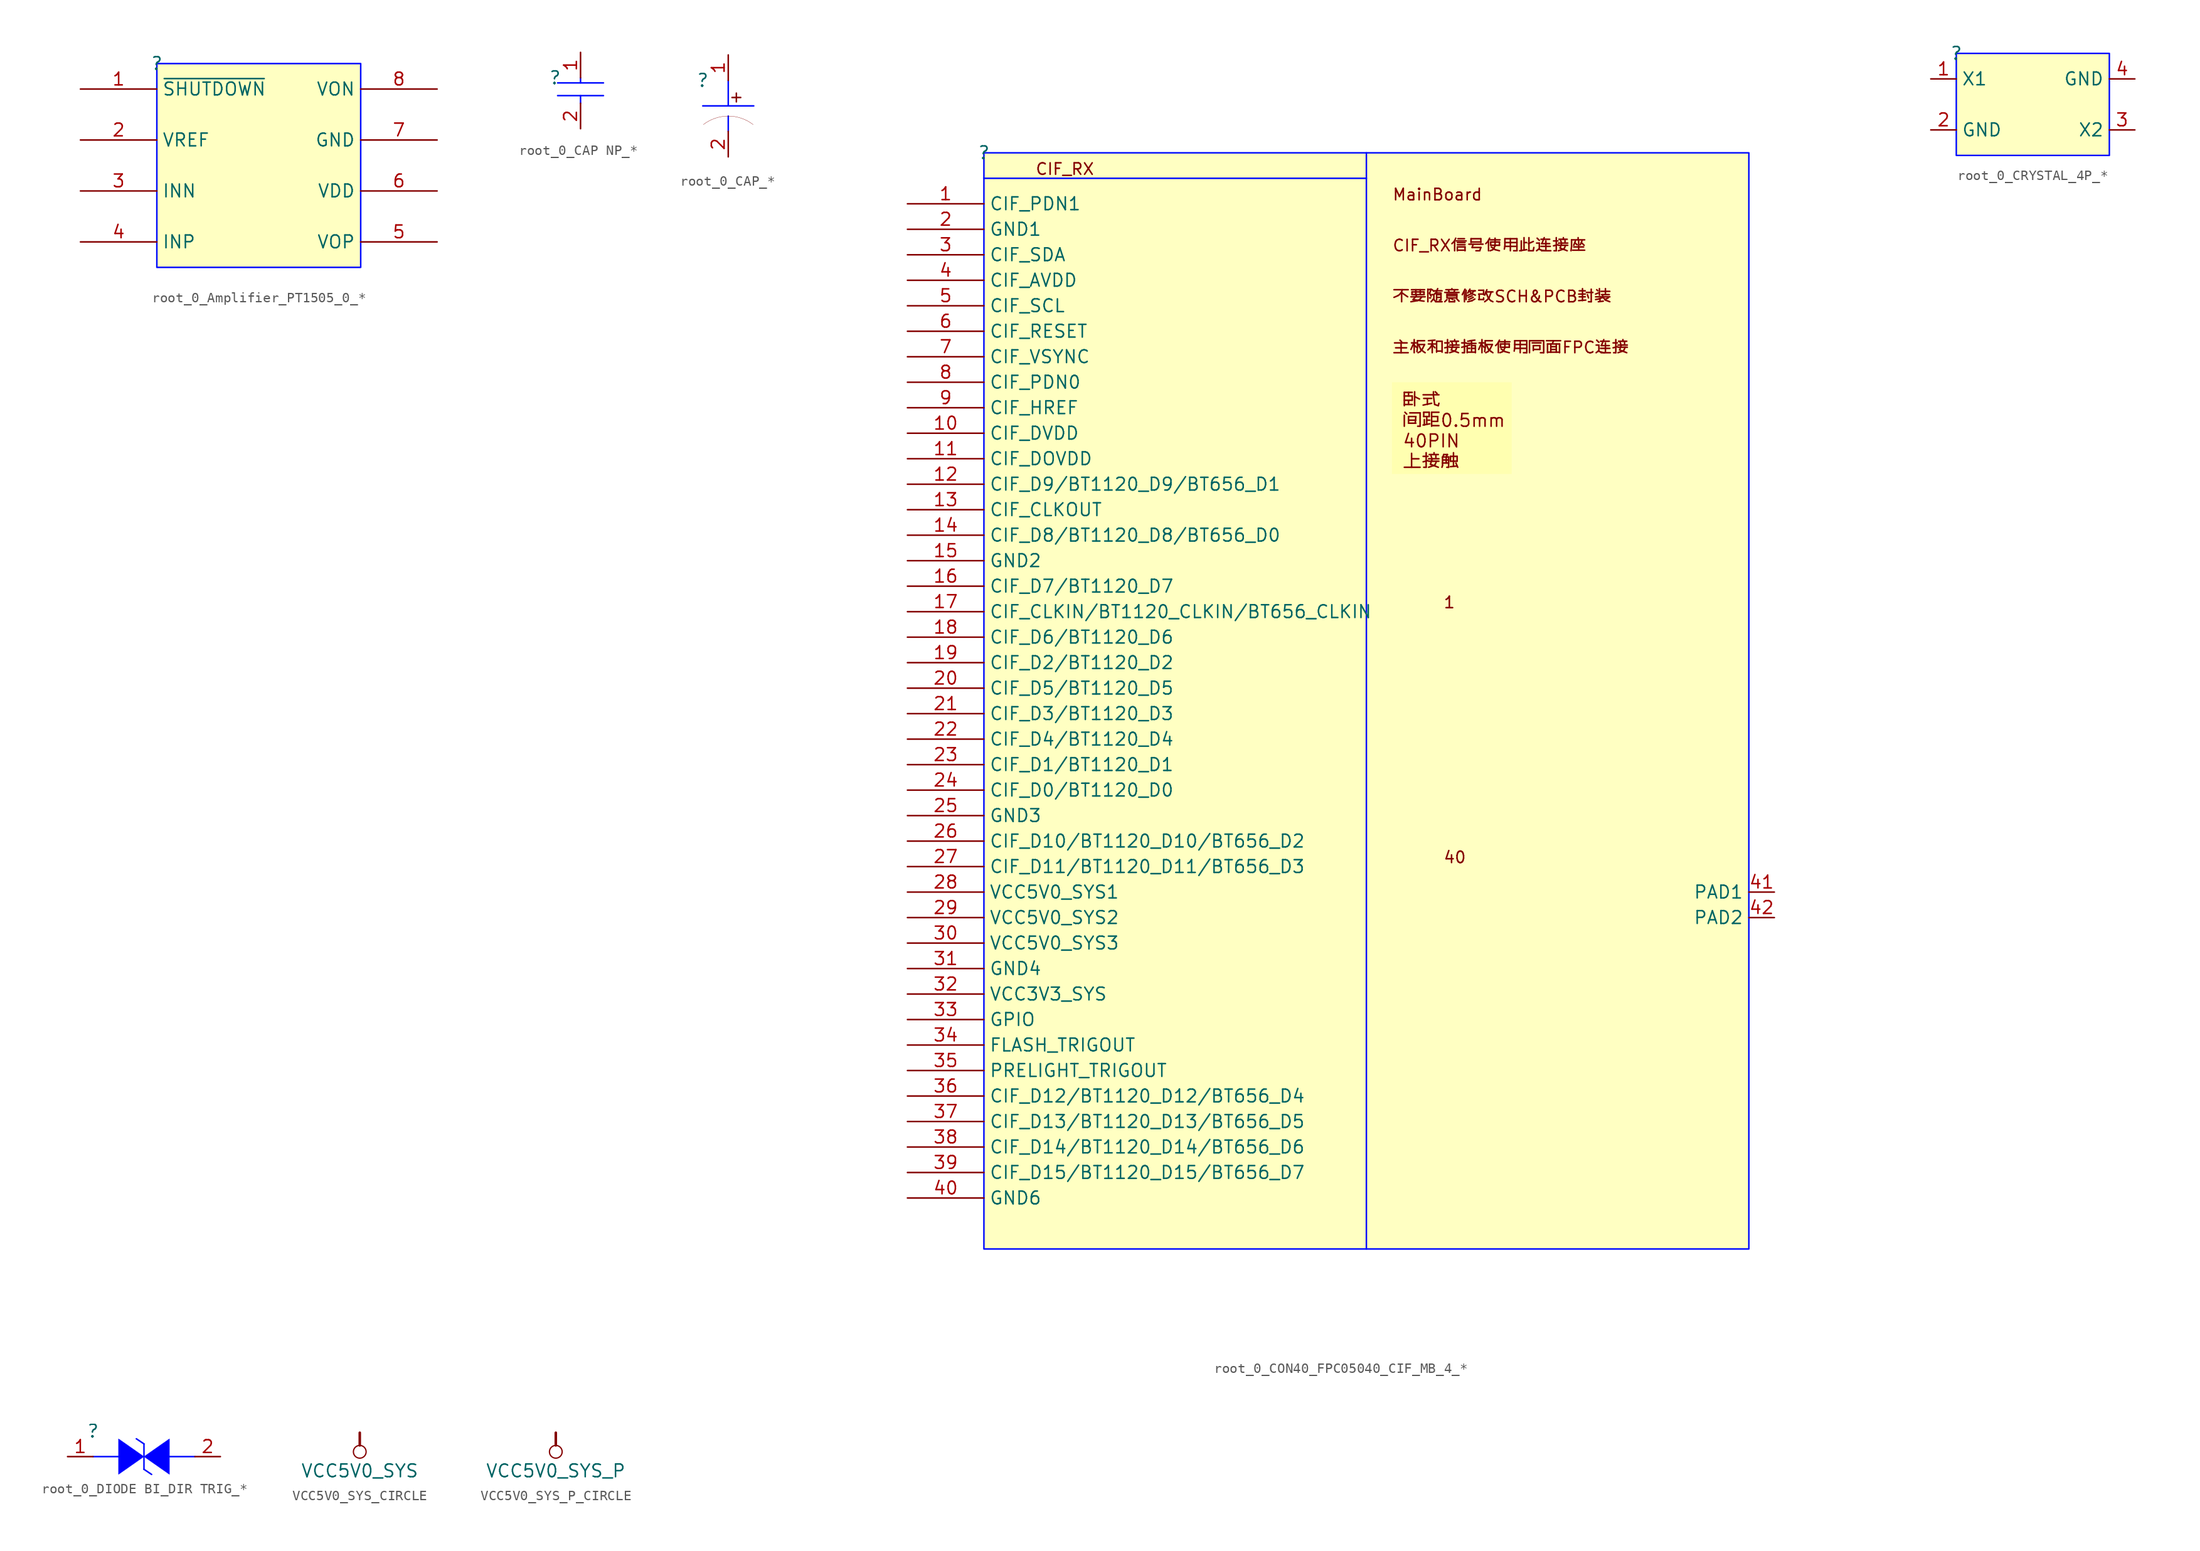
<source format=kicad_sym>
(kicad_symbol_lib
  (version 20241209)
  (generator "kicad_symbol_editor")
  (generator_version "9.0")
  (symbol "root_0_Amplifier_PT1505_0_*"
    (property "Reference" ""
      (at 0 0 0)
      (effects (font (size 1.27 1.27))))
    (property "Value" ""
      (at 0 0 0)
      (effects (font (size 1.27 1.27))))
    (symbol "root_0_Amplifier_PT1505_0_*_1_0"
      (rectangle (start 20.32 0) (end 0 -20.32) (stroke (width 0) (type solid) (color 0 11 255 1)) (fill (type background)))
      (pin passive line (at -7.62 -2.54 0) (length 7.62) (name "~{SHUTDOWN}" (effects (font (size 1.27 1.27)))) (number "1" (effects (font (size 1.27 1.27)))))
      (pin passive line (at -7.62 -7.62 0) (length 7.62) (name "VREF" (effects (font (size 1.27 1.27)))) (number "2" (effects (font (size 1.27 1.27)))))
      (pin passive line (at -7.62 -12.7 0) (length 7.62) (name "INN" (effects (font (size 1.27 1.27)))) (number "3" (effects (font (size 1.27 1.27)))))
      (pin passive line (at -7.62 -17.78 0) (length 7.62) (name "INP" (effects (font (size 1.27 1.27)))) (number "4" (effects (font (size 1.27 1.27)))))
      (pin passive line (at 27.94 -2.54 180) (length 7.62) (name "VON" (effects (font (size 1.27 1.27)))) (number "8" (effects (font (size 1.27 1.27)))))
      (pin passive line (at 27.94 -7.62 180) (length 7.62) (name "GND" (effects (font (size 1.27 1.27)))) (number "7" (effects (font (size 1.27 1.27)))))
      (pin passive line (at 27.94 -12.7 180) (length 7.62) (name "VDD" (effects (font (size 1.27 1.27)))) (number "6" (effects (font (size 1.27 1.27)))))
      (pin passive line (at 27.94 -17.78 180) (length 7.62) (name "VOP" (effects (font (size 1.27 1.27)))) (number "5" (effects (font (size 1.27 1.27)))))))
  (symbol "root_0_CAP NP_*"
    (pin_names
      (hide yes))
    (property "Reference" ""
      (at 0 0 0)
      (effects (font (size 1.27 1.27))))
    (property "Value" ""
      (at 0 0 0)
      (effects (font (size 1.27 1.27))))
    (symbol "root_0_CAP NP_*_1_0"
      (polyline (pts (xy 0.254 -0.508) (xy 4.826 -0.508)) (stroke (width 0) (type solid) (color 0 11 255 1)) (fill (type none)))
      (polyline (pts (xy 0.254 -1.778) (xy 4.826 -1.778)) (stroke (width 0) (type solid) (color 0 11 255 1)) (fill (type none)))
      (polyline (pts (xy 2.54 0) (xy 2.54 -0.508)) (stroke (width 0) (type solid) (color 0 11 255 1)) (fill (type none)))
      (polyline (pts (xy 2.54 -2.54) (xy 2.54 -1.778)) (stroke (width 0) (type solid) (color 0 11 255 1)) (fill (type none)))
      (pin passive line (at 2.54 2.54 270) (length 2.54) (name "1" (effects (font (size 1.27 1.27)))) (number "1" (effects (font (size 1.27 1.27)))))
      (pin passive line (at 2.54 -5.08 90) (length 2.54) (name "2" (effects (font (size 1.27 1.27)))) (number "2" (effects (font (size 1.27 1.27)))))))
  (symbol "root_0_CAP_*"
    (pin_names
      (hide yes))
    (property "Reference" ""
      (at 0 0 0)
      (effects (font (size 1.27 1.27))))
    (property "Value" ""
      (at 0 0 0)
      (effects (font (size 1.27 1.27))))
    (symbol "root_0_CAP_*_1_0"
      (polyline (pts (xy 0 -2.54) (xy 5.08 -2.54)) (stroke (width 0) (type solid) (color 0 11 255 1)) (fill (type none)))
      (polyline (pts (xy 2.54 -2.54) (xy 2.54 0)) (stroke (width 0) (type solid) (color 0 11 255 1)) (fill (type none)))
      (polyline (pts (xy 2.54 -3.556) (xy 2.54 -5.08)) (stroke (width 0) (type solid) (color 0 11 255 1)) (fill (type none)))
      (arc (start 0.0621 -4.3988) (mid 1.2313 -3.7725) (end 2.54 -3.556) (stroke (width 0.0254) (type solid)) (fill (type none)))
      (arc (start 2.54 -3.556) (mid 3.8487 -3.7725) (end 5.0179 -4.3988) (stroke (width 0.0254) (type solid)) (fill (type none)))
      (text "+" (at 2.54 -2.286 0) (effects (font (size 1.143 1.143)) (justify left bottom)))
      (pin passive line (at 2.54 2.54 270) (length 2.54) (name "1" (effects (font (size 1.27 1.27)))) (number "1" (effects (font (size 1.27 1.27)))))
      (pin passive line (at 2.54 -7.62 90) (length 2.54) (name "2" (effects (font (size 1.27 1.27)))) (number "2" (effects (font (size 1.27 1.27)))))))
  (symbol "root_0_CON40_FPC05040_CIF_MB_4_*"
    (property "Reference" ""
      (at 0 0 0)
      (effects (font (size 1.27 1.27))))
    (property "Value" ""
      (at 0 0 0)
      (effects (font (size 1.27 1.27))))
    (symbol "root_0_CON40_FPC05040_CIF_MB_4_*_1_0"
      (polyline (pts (xy 0 -2.54) (xy 38.1 -2.54)) (stroke (width 0) (type solid) (color 0 11 255 1)) (fill (type none)))
      (polyline (pts (xy 38.1 0) (xy 38.1 -109.22)) (stroke (width 0) (type solid) (color 0 11 255 1)) (fill (type none)))
      (rectangle (start 76.2 0) (end 0 -109.22) (stroke (width 0) (type solid) (color 0 11 255 1)) (fill (type background)))
      (text "CIF_RX" (at 5.08 -2.286 0) (effects (font (size 1.143 1.143)) (justify left bottom)))
      (text "MainBoard" (at 40.64 -4.826 0) (effects (font (size 1.143 1.143)) (justify left bottom)))
      (text "CIF_RX信号使用此连接座" (at 40.64 -9.906 0) (effects (font (size 1.143 1.143)) (justify left bottom)))
      (text "不要随意修改SCH&PCB封装" (at 40.64 -14.986 0) (effects (font (size 1.143 1.143)) (justify left bottom)))
      (text "主板和接插板使用同面FPC连接" (at 40.64 -20.066 0) (effects (font (size 1.143 1.143)) (justify left bottom)))
      (text "1" (at 45.72 -45.466 0) (effects (font (size 1.143 1.143)) (justify left bottom)))
      (text "40" (at 45.72 -70.866 0) (effects (font (size 1.143 1.143)) (justify left bottom)))
      (text_box "卧式\n间距0.5mm\n40PIN\n上接触" (at 52.578 -22.86 0) (size -11.938 -9.144) (margins 1.016 1.016 1.016 1.016) (stroke (width -0.0001) (type default)) (fill (type color) (color 255 255 176 1)) (effects (font (size 1.27 1.27)) (justify left top)))
      (pin passive line (at -7.62 -5.08 0) (length 7.62) (name "CIF_PDN1" (effects (font (size 1.27 1.27)))) (number "1" (effects (font (size 1.27 1.27)))))
      (pin power_in line (at -7.62 -7.62 0) (length 7.62) (name "GND1" (effects (font (size 1.27 1.27)))) (number "2" (effects (font (size 1.27 1.27)))))
      (pin passive line (at -7.62 -10.16 0) (length 7.62) (name "CIF_SDA" (effects (font (size 1.27 1.27)))) (number "3" (effects (font (size 1.27 1.27)))))
      (pin passive line (at -7.62 -12.7 0) (length 7.62) (name "CIF_AVDD" (effects (font (size 1.27 1.27)))) (number "4" (effects (font (size 1.27 1.27)))))
      (pin passive line (at -7.62 -15.24 0) (length 7.62) (name "CIF_SCL" (effects (font (size 1.27 1.27)))) (number "5" (effects (font (size 1.27 1.27)))))
      (pin passive line (at -7.62 -17.78 0) (length 7.62) (name "CIF_RESET" (effects (font (size 1.27 1.27)))) (number "6" (effects (font (size 1.27 1.27)))))
      (pin passive line (at -7.62 -20.32 0) (length 7.62) (name "CIF_VSYNC" (effects (font (size 1.27 1.27)))) (number "7" (effects (font (size 1.27 1.27)))))
      (pin passive line (at -7.62 -22.86 0) (length 7.62) (name "CIF_PDN0" (effects (font (size 1.27 1.27)))) (number "8" (effects (font (size 1.27 1.27)))))
      (pin passive line (at -7.62 -25.4 0) (length 7.62) (name "CIF_HREF" (effects (font (size 1.27 1.27)))) (number "9" (effects (font (size 1.27 1.27)))))
      (pin passive line (at -7.62 -27.94 0) (length 7.62) (name "CIF_DVDD" (effects (font (size 1.27 1.27)))) (number "10" (effects (font (size 1.27 1.27)))))
      (pin passive line (at -7.62 -30.48 0) (length 7.62) (name "CIF_DOVDD" (effects (font (size 1.27 1.27)))) (number "11" (effects (font (size 1.27 1.27)))))
      (pin passive line (at -7.62 -33.02 0) (length 7.62) (name "CIF_D9/BT1120_D9/BT656_D1" (effects (font (size 1.27 1.27)))) (number "12" (effects (font (size 1.27 1.27)))))
      (pin passive line (at -7.62 -35.56 0) (length 7.62) (name "CIF_CLKOUT" (effects (font (size 1.27 1.27)))) (number "13" (effects (font (size 1.27 1.27)))))
      (pin passive line (at -7.62 -38.1 0) (length 7.62) (name "CIF_D8/BT1120_D8/BT656_D0" (effects (font (size 1.27 1.27)))) (number "14" (effects (font (size 1.27 1.27)))))
      (pin power_in line (at -7.62 -40.64 0) (length 7.62) (name "GND2" (effects (font (size 1.27 1.27)))) (number "15" (effects (font (size 1.27 1.27)))))
      (pin passive line (at -7.62 -43.18 0) (length 7.62) (name "CIF_D7/BT1120_D7" (effects (font (size 1.27 1.27)))) (number "16" (effects (font (size 1.27 1.27)))))
      (pin passive line (at -7.62 -45.72 0) (length 7.62) (name "CIF_CLKIN/BT1120_CLKIN/BT656_CLKIN" (effects (font (size 1.27 1.27)))) (number "17" (effects (font (size 1.27 1.27)))))
      (pin passive line (at -7.62 -48.26 0) (length 7.62) (name "CIF_D6/BT1120_D6" (effects (font (size 1.27 1.27)))) (number "18" (effects (font (size 1.27 1.27)))))
      (pin passive line (at -7.62 -50.8 0) (length 7.62) (name "CIF_D2/BT1120_D2" (effects (font (size 1.27 1.27)))) (number "19" (effects (font (size 1.27 1.27)))))
      (pin passive line (at -7.62 -53.34 0) (length 7.62) (name "CIF_D5/BT1120_D5" (effects (font (size 1.27 1.27)))) (number "20" (effects (font (size 1.27 1.27)))))
      (pin passive line (at -7.62 -55.88 0) (length 7.62) (name "CIF_D3/BT1120_D3" (effects (font (size 1.27 1.27)))) (number "21" (effects (font (size 1.27 1.27)))))
      (pin passive line (at -7.62 -58.42 0) (length 7.62) (name "CIF_D4/BT1120_D4" (effects (font (size 1.27 1.27)))) (number "22" (effects (font (size 1.27 1.27)))))
      (pin passive line (at -7.62 -60.96 0) (length 7.62) (name "CIF_D1/BT1120_D1" (effects (font (size 1.27 1.27)))) (number "23" (effects (font (size 1.27 1.27)))))
      (pin passive line (at -7.62 -63.5 0) (length 7.62) (name "CIF_D0/BT1120_D0" (effects (font (size 1.27 1.27)))) (number "24" (effects (font (size 1.27 1.27)))))
      (pin power_in line (at -7.62 -66.04 0) (length 7.62) (name "GND3" (effects (font (size 1.27 1.27)))) (number "25" (effects (font (size 1.27 1.27)))))
      (pin passive line (at -7.62 -68.58 0) (length 7.62) (name "CIF_D10/BT1120_D10/BT656_D2" (effects (font (size 1.27 1.27)))) (number "26" (effects (font (size 1.27 1.27)))))
      (pin passive line (at -7.62 -71.12 0) (length 7.62) (name "CIF_D11/BT1120_D11/BT656_D3" (effects (font (size 1.27 1.27)))) (number "27" (effects (font (size 1.27 1.27)))))
      (pin power_in line (at -7.62 -73.66 0) (length 7.62) (name "VCC5V0_SYS1" (effects (font (size 1.27 1.27)))) (number "28" (effects (font (size 1.27 1.27)))))
      (pin power_in line (at -7.62 -76.2 0) (length 7.62) (name "VCC5V0_SYS2" (effects (font (size 1.27 1.27)))) (number "29" (effects (font (size 1.27 1.27)))))
      (pin power_in line (at -7.62 -78.74 0) (length 7.62) (name "VCC5V0_SYS3" (effects (font (size 1.27 1.27)))) (number "30" (effects (font (size 1.27 1.27)))))
      (pin power_in line (at -7.62 -81.28 0) (length 7.62) (name "GND4" (effects (font (size 1.27 1.27)))) (number "31" (effects (font (size 1.27 1.27)))))
      (pin power_in line (at -7.62 -83.82 0) (length 7.62) (name "VCC3V3_SYS" (effects (font (size 1.27 1.27)))) (number "32" (effects (font (size 1.27 1.27)))))
      (pin passive line (at -7.62 -86.36 0) (length 7.62) (name "GPIO" (effects (font (size 1.27 1.27)))) (number "33" (effects (font (size 1.27 1.27)))))
      (pin passive line (at -7.62 -88.9 0) (length 7.62) (name "FLASH_TRIGOUT" (effects (font (size 1.27 1.27)))) (number "34" (effects (font (size 1.27 1.27)))))
      (pin passive line (at -7.62 -91.44 0) (length 7.62) (name "PRELIGHT_TRIGOUT" (effects (font (size 1.27 1.27)))) (number "35" (effects (font (size 1.27 1.27)))))
      (pin passive line (at -7.62 -93.98 0) (length 7.62) (name "CIF_D12/BT1120_D12/BT656_D4" (effects (font (size 1.27 1.27)))) (number "36" (effects (font (size 1.27 1.27)))))
      (pin passive line (at -7.62 -96.52 0) (length 7.62) (name "CIF_D13/BT1120_D13/BT656_D5" (effects (font (size 1.27 1.27)))) (number "37" (effects (font (size 1.27 1.27)))))
      (pin passive line (at -7.62 -99.06 0) (length 7.62) (name "CIF_D14/BT1120_D14/BT656_D6" (effects (font (size 1.27 1.27)))) (number "38" (effects (font (size 1.27 1.27)))))
      (pin passive line (at -7.62 -101.6 0) (length 7.62) (name "CIF_D15/BT1120_D15/BT656_D7" (effects (font (size 1.27 1.27)))) (number "39" (effects (font (size 1.27 1.27)))))
      (pin power_in line (at -7.62 -104.14 0) (length 7.62) (name "GND6" (effects (font (size 1.27 1.27)))) (number "40" (effects (font (size 1.27 1.27)))))
      (pin power_in line (at 78.74 -73.66 180) (length 2.54) (name "PAD1" (effects (font (size 1.27 1.27)))) (number "41" (effects (font (size 1.27 1.27)))))
      (pin power_in line (at 78.74 -76.2 180) (length 2.54) (name "PAD2" (effects (font (size 1.27 1.27)))) (number "42" (effects (font (size 1.27 1.27)))))))
  (symbol "root_0_CRYSTAL_4P_*"
    (property "Reference" ""
      (at 0 0 0)
      (effects (font (size 1.27 1.27))))
    (property "Value" ""
      (at 0 0 0)
      (effects (font (size 1.27 1.27))))
    (symbol "root_0_CRYSTAL_4P_*_1_0"
      (rectangle (start 15.24 0) (end 0 -10.16) (stroke (width 0) (type solid) (color 0 11 255 1)) (fill (type background)))
      (pin passive line (at -2.54 -2.54 0) (length 2.54) (name "X1" (effects (font (size 1.27 1.27)))) (number "1" (effects (font (size 1.27 1.27)))))
      (pin power_in line (at -2.54 -7.62 0) (length 2.54) (name "GND" (effects (font (size 1.27 1.27)))) (number "2" (effects (font (size 1.27 1.27)))))
      (pin power_in line (at 17.78 -2.54 180) (length 2.54) (name "GND" (effects (font (size 1.27 1.27)))) (number "4" (effects (font (size 1.27 1.27)))))
      (pin passive line (at 17.78 -7.62 180) (length 2.54) (name "X2" (effects (font (size 1.27 1.27)))) (number "3" (effects (font (size 1.27 1.27)))))))
  (symbol "root_0_DIODE BI_DIR TRIG_*"
    (pin_names
      (hide yes))
    (property "Reference" ""
      (at 0 0 0)
      (effects (font (size 1.27 1.27))))
    (property "Value" ""
      (at 0 0 0)
      (effects (font (size 1.27 1.27))))
    (symbol "root_0_DIODE BI_DIR TRIG_*_1_0"
      (polyline (pts (xy 0 -2.54) (xy 2.54 -2.54)) (stroke (width 0) (type solid) (color 0 11 255 1)) (fill (type none)))
      (polyline (pts (xy 5.08 -1.27) (xy 4.318 -0.762)) (stroke (width 0) (type solid) (color 0 11 255 1)) (fill (type none)))
      (polyline (pts (xy 5.08 -1.27) (xy 5.08 -3.81)) (stroke (width 0) (type solid) (color 0 11 255 1)) (fill (type none)))
      (polyline (pts (xy 5.08 -2.54) (xy 5.08 -2.54) (xy 2.54 -4.318) (xy 2.54 -0.762) (xy 5.08 -2.54) (xy 5.08 -2.54)) (stroke (width 0.025) (type solid) (color 0 11 255 1)) (fill (type color) (color 0 0 255 1)))
      (polyline (pts (xy 5.08 -2.54) (xy 5.08 -2.54) (xy 7.62 -0.762) (xy 7.62 -4.318) (xy 5.08 -2.54) (xy 5.08 -2.54)) (stroke (width 0.025) (type solid) (color 0 11 255 1)) (fill (type color) (color 0 0 255 1)))
      (polyline (pts (xy 5.08 -3.81) (xy 5.842 -4.318)) (stroke (width 0) (type solid) (color 0 11 255 1)) (fill (type none)))
      (polyline (pts (xy 7.62 -2.54) (xy 10.16 -2.54)) (stroke (width 0) (type solid) (color 0 11 255 1)) (fill (type none)))
      (pin passive line (at -2.54 -2.54 0) (length 2.54) (name "1" (effects (font (size 1.27 1.27)))) (number "1" (effects (font (size 1.27 1.27)))))
      (pin passive line (at 12.7 -2.54 180) (length 2.54) (name "2" (effects (font (size 1.27 1.27)))) (number "2" (effects (font (size 1.27 1.27)))))))
  (symbol "VCC5V0_SYS_CIRCLE"
    (power)
    (property "Reference" "#PWR"
      (at 0 0 0)
      (effects (font (size 1.27 1.27)) (hide yes)))
    (property "Value" "VCC5V0_SYS"
      (at 0 -3.81 0)
      (effects (font (size 1.27 1.27))))
    (symbol "VCC5V0_SYS_CIRCLE_0_0"
      (polyline (pts (xy 0 0) (xy 0 -1.27)) (stroke (width 0.254) (type solid)) (fill (type none)))
      (circle (center 0 -1.905) (radius 0.635) (stroke (width 0.127) (type solid)) (fill (type none)))
      (pin power_in line (at 0 0 0) (length 0) (hide yes) (name "VCC5V0_SYS" (effects (font (size 1.27 1.27)))) (number "" (effects (font (size 1.27 1.27)))))))
  (symbol "VCC5V0_SYS_P_CIRCLE"
    (power)
    (property "Reference" "#PWR"
      (at 0 0 0)
      (effects (font (size 1.27 1.27)) (hide yes)))
    (property "Value" "VCC5V0_SYS_P"
      (at 0 -3.81 0)
      (effects (font (size 1.27 1.27))))
    (symbol "VCC5V0_SYS_P_CIRCLE_0_0"
      (polyline (pts (xy 0 0) (xy 0 -1.27)) (stroke (width 0.254) (type solid)) (fill (type none)))
      (circle (center 0 -1.905) (radius 0.635) (stroke (width 0.127) (type solid)) (fill (type none)))
      (pin power_in line (at 0 0 0) (length 0) (hide yes) (name "VCC5V0_SYS_P" (effects (font (size 1.27 1.27)))) (number "" (effects (font (size 1.27 1.27))))))))
</source>
